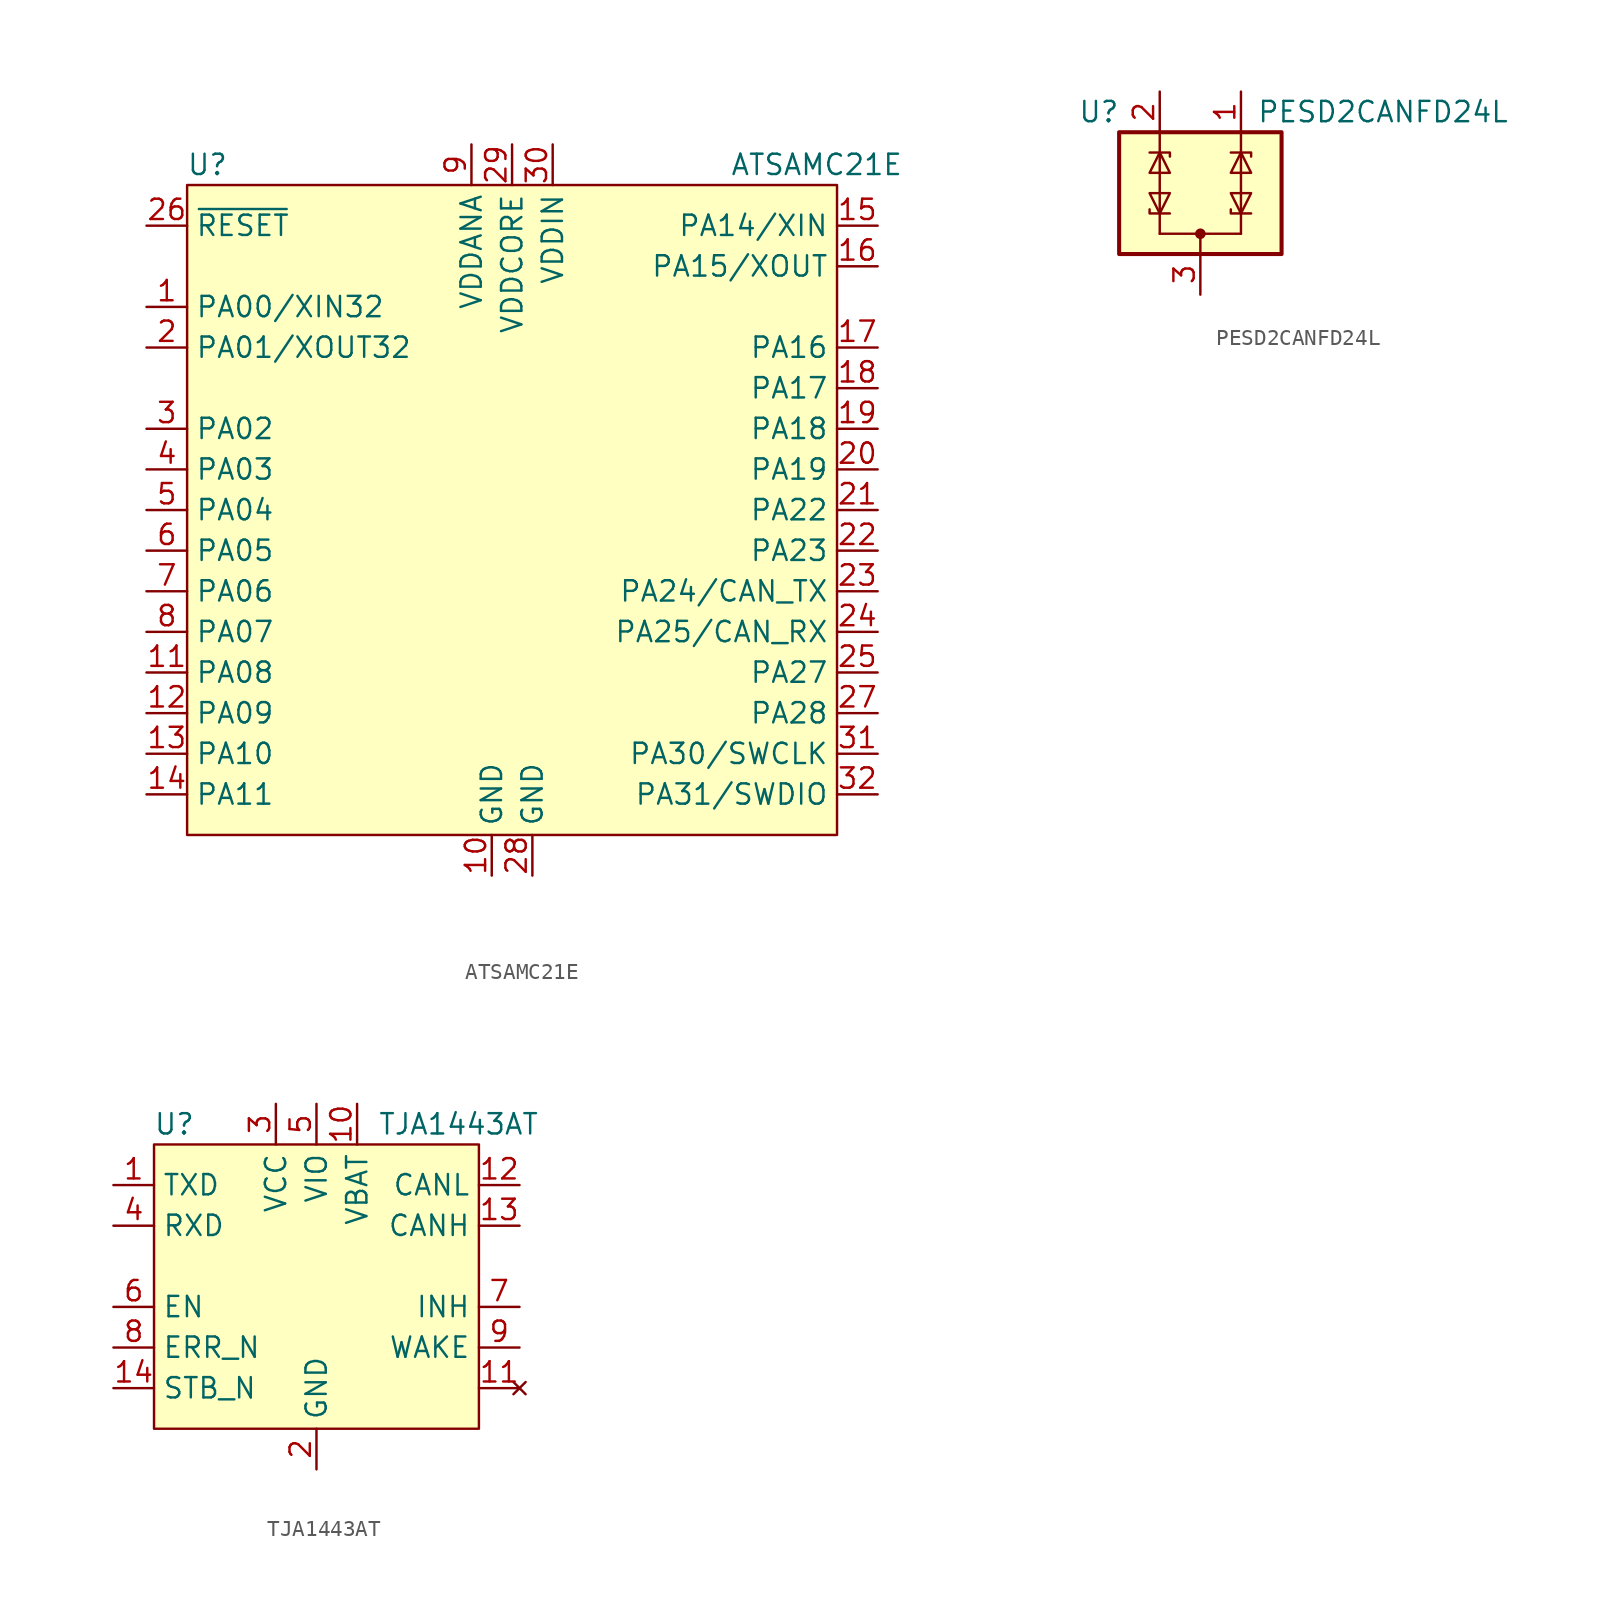
<source format=kicad_sym>
(kicad_symbol_lib
  (version 20211014)
  (generator kicad_symbol_editor)
  (symbol "ATSAMC21E"
    (property "Reference" "U"
      (at -19.05 21.59 0)
      (effects (font (size 1.27 1.27))))
    (property "Value" "ATSAMC21E"
      (at 19.05 21.59 0)
      (effects (font (size 1.27 1.27))))
    (symbol "ATSAMC21E_0_0"
      (pin unspecified line (at -22.86 12.7 0) (length 2.54) (name "PA00/XIN32" (effects (font (size 1.27 1.27)))) (number "1" (effects (font (size 1.27 1.27)))))
      (pin unspecified line (at -1.27 -22.86 90) (length 2.54) (name "GND" (effects (font (size 1.27 1.27)))) (number "10" (effects (font (size 1.27 1.27)))))
      (pin unspecified line (at -22.86 -10.16 0) (length 2.54) (name "PA08" (effects (font (size 1.27 1.27)))) (number "11" (effects (font (size 1.27 1.27)))))
      (pin unspecified line (at -22.86 -12.7 0) (length 2.54) (name "PA09" (effects (font (size 1.27 1.27)))) (number "12" (effects (font (size 1.27 1.27)))))
      (pin unspecified line (at -22.86 -15.24 0) (length 2.54) (name "PA10" (effects (font (size 1.27 1.27)))) (number "13" (effects (font (size 1.27 1.27)))))
      (pin unspecified line (at -22.86 -17.78 0) (length 2.54) (name "PA11" (effects (font (size 1.27 1.27)))) (number "14" (effects (font (size 1.27 1.27)))))
      (pin unspecified line (at 22.86 17.78 180) (length 2.54) (name "PA14/XIN" (effects (font (size 1.27 1.27)))) (number "15" (effects (font (size 1.27 1.27)))))
      (pin unspecified line (at 22.86 15.24 180) (length 2.54) (name "PA15/XOUT" (effects (font (size 1.27 1.27)))) (number "16" (effects (font (size 1.27 1.27)))))
      (pin unspecified line (at 22.86 10.16 180) (length 2.54) (name "PA16" (effects (font (size 1.27 1.27)))) (number "17" (effects (font (size 1.27 1.27)))))
      (pin unspecified line (at 22.86 7.62 180) (length 2.54) (name "PA17" (effects (font (size 1.27 1.27)))) (number "18" (effects (font (size 1.27 1.27)))))
      (pin unspecified line (at 22.86 5.08 180) (length 2.54) (name "PA18" (effects (font (size 1.27 1.27)))) (number "19" (effects (font (size 1.27 1.27)))))
      (pin unspecified line (at -22.86 10.16 0) (length 2.54) (name "PA01/XOUT32" (effects (font (size 1.27 1.27)))) (number "2" (effects (font (size 1.27 1.27)))))
      (pin unspecified line (at 22.86 2.54 180) (length 2.54) (name "PA19" (effects (font (size 1.27 1.27)))) (number "20" (effects (font (size 1.27 1.27)))))
      (pin unspecified line (at 22.86 0 180) (length 2.54) (name "PA22" (effects (font (size 1.27 1.27)))) (number "21" (effects (font (size 1.27 1.27)))))
      (pin unspecified line (at 22.86 -2.54 180) (length 2.54) (name "PA23" (effects (font (size 1.27 1.27)))) (number "22" (effects (font (size 1.27 1.27)))))
      (pin unspecified line (at 22.86 -5.08 180) (length 2.54) (name "PA24/CAN_TX" (effects (font (size 1.27 1.27)))) (number "23" (effects (font (size 1.27 1.27)))))
      (pin unspecified line (at 22.86 -7.62 180) (length 2.54) (name "PA25/CAN_RX" (effects (font (size 1.27 1.27)))) (number "24" (effects (font (size 1.27 1.27)))))
      (pin unspecified line (at 22.86 -10.16 180) (length 2.54) (name "PA27" (effects (font (size 1.27 1.27)))) (number "25" (effects (font (size 1.27 1.27)))))
      (pin unspecified line (at -22.86 17.78 0) (length 2.54) (name "~{RESET}" (effects (font (size 1.27 1.27)))) (number "26" (effects (font (size 1.27 1.27)))))
      (pin unspecified line (at 22.86 -12.7 180) (length 2.54) (name "PA28" (effects (font (size 1.27 1.27)))) (number "27" (effects (font (size 1.27 1.27)))))
      (pin unspecified line (at 1.27 -22.86 90) (length 2.54) (name "GND" (effects (font (size 1.27 1.27)))) (number "28" (effects (font (size 1.27 1.27)))))
      (pin unspecified line (at 0 22.86 270) (length 2.54) (name "VDDCORE" (effects (font (size 1.27 1.27)))) (number "29" (effects (font (size 1.27 1.27)))))
      (pin unspecified line (at -22.86 5.08 0) (length 2.54) (name "PA02" (effects (font (size 1.27 1.27)))) (number "3" (effects (font (size 1.27 1.27)))))
      (pin unspecified line (at 2.54 22.86 270) (length 2.54) (name "VDDIN" (effects (font (size 1.27 1.27)))) (number "30" (effects (font (size 1.27 1.27)))))
      (pin unspecified line (at 22.86 -15.24 180) (length 2.54) (name "PA30/SWCLK" (effects (font (size 1.27 1.27)))) (number "31" (effects (font (size 1.27 1.27)))))
      (pin unspecified line (at 22.86 -17.78 180) (length 2.54) (name "PA31/SWDIO" (effects (font (size 1.27 1.27)))) (number "32" (effects (font (size 1.27 1.27)))))
      (pin unspecified line (at -22.86 2.54 0) (length 2.54) (name "PA03" (effects (font (size 1.27 1.27)))) (number "4" (effects (font (size 1.27 1.27)))))
      (pin unspecified line (at -22.86 0 0) (length 2.54) (name "PA04" (effects (font (size 1.27 1.27)))) (number "5" (effects (font (size 1.27 1.27)))))
      (pin unspecified line (at -22.86 -2.54 0) (length 2.54) (name "PA05" (effects (font (size 1.27 1.27)))) (number "6" (effects (font (size 1.27 1.27)))))
      (pin unspecified line (at -22.86 -5.08 0) (length 2.54) (name "PA06" (effects (font (size 1.27 1.27)))) (number "7" (effects (font (size 1.27 1.27)))))
      (pin unspecified line (at -22.86 -7.62 0) (length 2.54) (name "PA07" (effects (font (size 1.27 1.27)))) (number "8" (effects (font (size 1.27 1.27)))))
      (pin unspecified line (at -2.54 22.86 270) (length 2.54) (name "VDDANA" (effects (font (size 1.27 1.27)))) (number "9" (effects (font (size 1.27 1.27))))))
    (symbol "ATSAMC21E_0_1"
      (rectangle (start -20.32 20.32) (end 20.32 -20.32) (stroke (width 0) (type default) (color 0 0 0 0)) (fill (type background)))))
  (symbol "PESD2CANFD24L"
    (property "Reference" "U"
      (at -6.35 5.08 0)
      (effects (font (size 1.27 1.27))))
    (property "Value" "PESD2CANFD24L"
      (at 11.43 5.08 0)
      (effects (font (size 1.27 1.27))))
    (symbol "PESD2CANFD24L_0_0"
      (pin passive line (at 0 -6.35 90) (length 2.54) (name "" (effects (font (size 1.27 1.27)))) (number "3" (effects (font (size 1.27 1.27))))))
    (symbol "PESD2CANFD24L_0_1"
      (rectangle (start -5.08 3.81) (end 5.08 -3.81) (stroke (width 0.254) (type default) (color 0 0 0 0)) (fill (type background)))
      (circle (center 0 -2.54) (radius 0.254) (stroke (width 0) (type default) (color 0 0 0 0)) (fill (type outline)))
      (polyline (pts (xy -2.54 -2.54) (xy -2.54 -1.27)) (stroke (width 0) (type default) (color 0 0 0 0)) (fill (type none)))
      (polyline (pts (xy -2.54 -2.54) (xy 2.54 -2.54)) (stroke (width 0) (type default) (color 0 0 0 0)) (fill (type none)))
      (polyline (pts (xy -2.54 2.54) (xy -2.54 -1.27)) (stroke (width 0) (type default) (color 0 0 0 0)) (fill (type none)))
      (polyline (pts (xy -2.54 3.81) (xy -2.54 2.54)) (stroke (width 0) (type default) (color 0 0 0 0)) (fill (type none)))
      (polyline (pts (xy 0 -2.54) (xy 0 -3.81)) (stroke (width 0) (type default) (color 0 0 0 0)) (fill (type none)))
      (polyline (pts (xy 2.54 -2.54) (xy 2.54 -1.27)) (stroke (width 0) (type default) (color 0 0 0 0)) (fill (type none)))
      (polyline (pts (xy 2.54 2.54) (xy 2.54 -1.27)) (stroke (width 0) (type default) (color 0 0 0 0)) (fill (type none)))
      (polyline (pts (xy 2.54 3.81) (xy 2.54 2.54)) (stroke (width 0) (type default) (color 0 0 0 0)) (fill (type none)))
      (polyline (pts (xy -3.175 -1.016) (xy -3.175 -1.27) (xy -1.905 -1.27)) (stroke (width 0) (type default) (color 0 0 0 0)) (fill (type none)))
      (polyline (pts (xy -3.175 2.54) (xy -1.905 2.54) (xy -1.905 2.286)) (stroke (width 0) (type default) (color 0 0 0 0)) (fill (type none)))
      (polyline (pts (xy 1.905 -1.016) (xy 1.905 -1.27) (xy 3.175 -1.27)) (stroke (width 0) (type default) (color 0 0 0 0)) (fill (type none)))
      (polyline (pts (xy 1.905 2.54) (xy 3.175 2.54) (xy 3.175 2.286)) (stroke (width 0) (type default) (color 0 0 0 0)) (fill (type none)))
      (polyline (pts (xy -2.54 -1.27) (xy -3.175 0) (xy -1.905 0) (xy -2.54 -1.27)) (stroke (width 0) (type default) (color 0 0 0 0)) (fill (type none)))
      (polyline (pts (xy -2.54 2.54) (xy -1.905 1.27) (xy -3.175 1.27) (xy -2.54 2.54)) (stroke (width 0) (type default) (color 0 0 0 0)) (fill (type none)))
      (polyline (pts (xy 2.54 -1.27) (xy 1.905 0) (xy 3.175 0) (xy 2.54 -1.27)) (stroke (width 0) (type default) (color 0 0 0 0)) (fill (type none)))
      (polyline (pts (xy 2.54 2.54) (xy 3.175 1.27) (xy 1.905 1.27) (xy 2.54 2.54)) (stroke (width 0) (type default) (color 0 0 0 0)) (fill (type none))))
    (symbol "PESD2CANFD24L_1_1"
      (pin passive line (at 2.54 6.35 270) (length 2.54) (name "" (effects (font (size 1.27 1.27)))) (number "1" (effects (font (size 1.27 1.27)))))
      (pin passive line (at -2.54 6.35 270) (length 2.54) (name "" (effects (font (size 1.27 1.27)))) (number "2" (effects (font (size 1.27 1.27)))))))
  (symbol "TJA1443AT"
    (property "Reference" "U"
      (at -8.89 10.16 0)
      (effects (font (size 1.27 1.27))))
    (property "Value" "TJA1443AT"
      (at 8.89 10.16 0)
      (effects (font (size 1.27 1.27))))
    (symbol "TJA1443AT_0_0"
      (pin input line (at -12.7 6.35 0) (length 2.54) (name "TXD" (effects (font (size 1.27 1.27)))) (number "1" (effects (font (size 1.27 1.27)))))
      (pin power_in line (at 2.54 11.43 270) (length 2.54) (name "VBAT" (effects (font (size 1.27 1.27)))) (number "10" (effects (font (size 1.27 1.27)))))
      (pin no_connect line (at 12.7 -6.35 180) (length 2.54) (name "" (effects (font (size 1.27 1.27)))) (number "11" (effects (font (size 1.27 1.27)))))
      (pin bidirectional line (at 12.7 6.35 180) (length 2.54) (name "CANL" (effects (font (size 1.27 1.27)))) (number "12" (effects (font (size 1.27 1.27)))))
      (pin bidirectional line (at 12.7 3.81 180) (length 2.54) (name "CANH" (effects (font (size 1.27 1.27)))) (number "13" (effects (font (size 1.27 1.27)))))
      (pin input line (at -12.7 -6.35 0) (length 2.54) (name "STB_N" (effects (font (size 1.27 1.27)))) (number "14" (effects (font (size 1.27 1.27)))))
      (pin power_in line (at 0 -11.43 90) (length 2.54) (name "GND" (effects (font (size 1.27 1.27)))) (number "2" (effects (font (size 1.27 1.27)))))
      (pin power_in line (at -2.54 11.43 270) (length 2.54) (name "VCC" (effects (font (size 1.27 1.27)))) (number "3" (effects (font (size 1.27 1.27)))))
      (pin output line (at -12.7 3.81 0) (length 2.54) (name "RXD" (effects (font (size 1.27 1.27)))) (number "4" (effects (font (size 1.27 1.27)))))
      (pin power_in line (at 0 11.43 270) (length 2.54) (name "VIO" (effects (font (size 1.27 1.27)))) (number "5" (effects (font (size 1.27 1.27)))))
      (pin input line (at -12.7 -1.27 0) (length 2.54) (name "EN" (effects (font (size 1.27 1.27)))) (number "6" (effects (font (size 1.27 1.27)))))
      (pin output line (at 12.7 -1.27 180) (length 2.54) (name "INH" (effects (font (size 1.27 1.27)))) (number "7" (effects (font (size 1.27 1.27)))))
      (pin output line (at -12.7 -3.81 0) (length 2.54) (name "ERR_N" (effects (font (size 1.27 1.27)))) (number "8" (effects (font (size 1.27 1.27)))))
      (pin input line (at 12.7 -3.81 180) (length 2.54) (name "WAKE" (effects (font (size 1.27 1.27)))) (number "9" (effects (font (size 1.27 1.27))))))
    (symbol "TJA1443AT_0_1"
      (rectangle (start -10.16 8.89) (end 10.16 -8.89) (stroke (width 0) (type default) (color 0 0 0 0)) (fill (type background))))))
</source>
